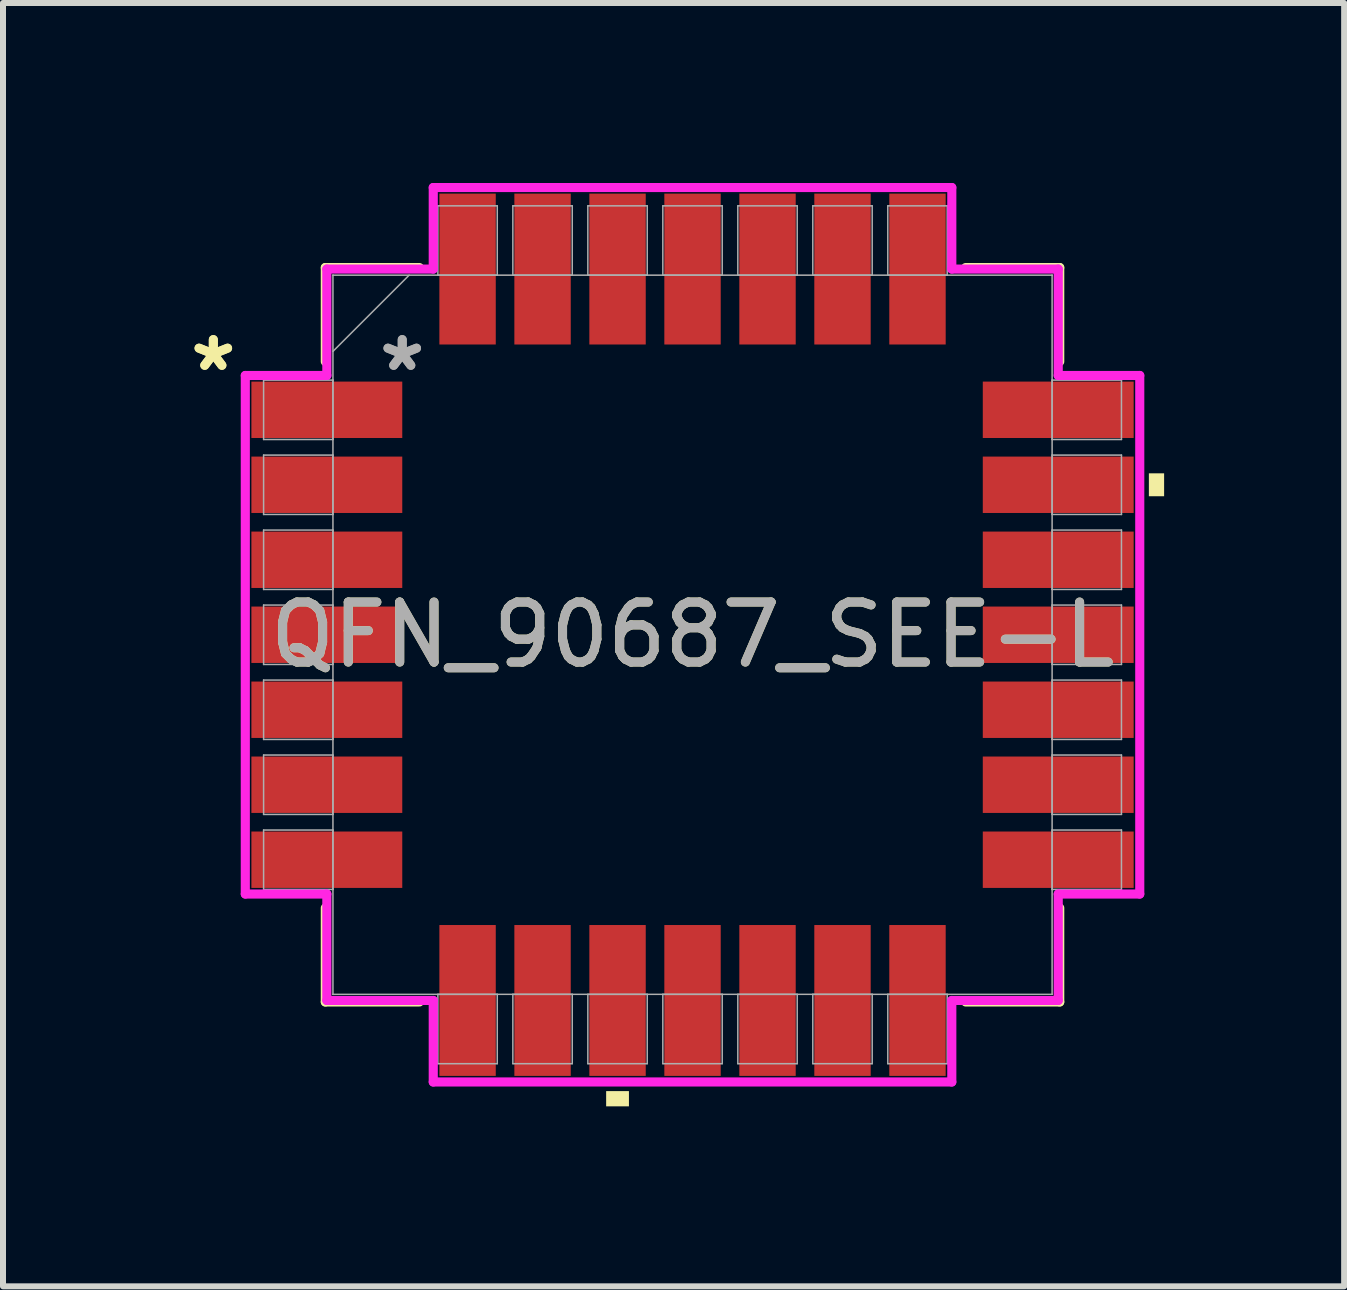
<source format=kicad_pcb>
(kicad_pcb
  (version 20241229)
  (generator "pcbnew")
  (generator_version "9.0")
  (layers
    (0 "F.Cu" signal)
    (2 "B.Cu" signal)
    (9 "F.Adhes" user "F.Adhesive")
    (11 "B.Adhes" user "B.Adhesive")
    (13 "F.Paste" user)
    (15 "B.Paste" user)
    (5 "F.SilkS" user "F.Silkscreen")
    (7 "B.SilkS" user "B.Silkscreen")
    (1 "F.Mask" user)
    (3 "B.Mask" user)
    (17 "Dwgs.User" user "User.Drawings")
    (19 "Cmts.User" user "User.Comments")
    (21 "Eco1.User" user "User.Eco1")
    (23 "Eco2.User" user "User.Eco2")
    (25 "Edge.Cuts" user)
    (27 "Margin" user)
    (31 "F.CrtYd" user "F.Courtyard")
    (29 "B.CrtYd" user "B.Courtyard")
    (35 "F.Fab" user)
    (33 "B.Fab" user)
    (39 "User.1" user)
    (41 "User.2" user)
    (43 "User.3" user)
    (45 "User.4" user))
  (footprint "QFN_90687_SEE-L"
    (layer "F.Cu")
    (at 8.494 7.531)
    (property "Reference" "QFN_90687_SEE-L" (at 0 0 0) (unlocked yes) (layer "F.SilkS") (effects (font (size 1 1) (thickness 0.15))))
    (attr smd)
    (fp_line (start -6.121 -6.121) (end -6.121 -4.553) (stroke (width 0.152) (type solid)) (layer "F.SilkS"))
    (fp_line (start -6.121 4.553) (end -6.121 6.121) (stroke (width 0.152) (type solid)) (layer "F.SilkS"))
    (fp_line (start -6.121 6.121) (end -4.553 6.121) (stroke (width 0.152) (type solid)) (layer "F.SilkS"))
    (fp_line (start -4.553 -6.121) (end -6.121 -6.121) (stroke (width 0.152) (type solid)) (layer "F.SilkS"))
    (fp_line (start 4.553 6.121) (end 6.121 6.121) (stroke (width 0.152) (type solid)) (layer "F.SilkS"))
    (fp_line (start 6.121 -6.121) (end 4.553 -6.121) (stroke (width 0.152) (type solid)) (layer "F.SilkS"))
    (fp_line (start 6.121 -4.553) (end 6.121 -6.121) (stroke (width 0.152) (type solid)) (layer "F.SilkS"))
    (fp_line (start 6.121 6.121) (end 6.121 4.553) (stroke (width 0.152) (type solid)) (layer "F.SilkS"))
    (fp_poly (pts (xy -1.44 7.607) (xy -1.44 7.861) (xy -1.06 7.861) (xy -1.06 7.607)) (stroke (width 0) (type solid)) (fill yes) (layer "F.SilkS"))
    (fp_poly (pts (xy 7.861 -2.691) (xy 7.861 -2.309) (xy 7.607 -2.309) (xy 7.607 -2.691)) (stroke (width 0) (type solid)) (fill yes) (layer "F.SilkS"))
    (fp_line (start -7.455 -4.322) (end -6.096 -4.322) (stroke (width 0.152) (type solid)) (layer "F.CrtYd"))
    (fp_line (start -7.455 4.322) (end -7.455 -4.322) (stroke (width 0.152) (type solid)) (layer "F.CrtYd"))
    (fp_line (start -6.096 -6.096) (end -4.322 -6.096) (stroke (width 0.152) (type solid)) (layer "F.CrtYd"))
    (fp_line (start -6.096 -4.322) (end -6.096 -6.096) (stroke (width 0.152) (type solid)) (layer "F.CrtYd"))
    (fp_line (start -6.096 4.322) (end -7.455 4.322) (stroke (width 0.152) (type solid)) (layer "F.CrtYd"))
    (fp_line (start -6.096 6.096) (end -6.096 4.322) (stroke (width 0.152) (type solid)) (layer "F.CrtYd"))
    (fp_line (start -4.322 -7.455) (end 4.322 -7.455) (stroke (width 0.152) (type solid)) (layer "F.CrtYd"))
    (fp_line (start -4.322 -6.096) (end -4.322 -7.455) (stroke (width 0.152) (type solid)) (layer "F.CrtYd"))
    (fp_line (start -4.322 6.096) (end -6.096 6.096) (stroke (width 0.152) (type solid)) (layer "F.CrtYd"))
    (fp_line (start -4.322 7.455) (end -4.322 6.096) (stroke (width 0.152) (type solid)) (layer "F.CrtYd"))
    (fp_line (start 4.322 -7.455) (end 4.322 -6.096) (stroke (width 0.152) (type solid)) (layer "F.CrtYd"))
    (fp_line (start 4.322 -6.096) (end 6.096 -6.096) (stroke (width 0.152) (type solid)) (layer "F.CrtYd"))
    (fp_line (start 4.322 6.096) (end 4.322 7.455) (stroke (width 0.152) (type solid)) (layer "F.CrtYd"))
    (fp_line (start 4.322 7.455) (end -4.322 7.455) (stroke (width 0.152) (type solid)) (layer "F.CrtYd"))
    (fp_line (start 6.096 -6.096) (end 6.096 -4.322) (stroke (width 0.152) (type solid)) (layer "F.CrtYd"))
    (fp_line (start 6.096 -4.322) (end 7.455 -4.322) (stroke (width 0.152) (type solid)) (layer "F.CrtYd"))
    (fp_line (start 6.096 4.322) (end 6.096 6.096) (stroke (width 0.152) (type solid)) (layer "F.CrtYd"))
    (fp_line (start 6.096 6.096) (end 4.322 6.096) (stroke (width 0.152) (type solid)) (layer "F.CrtYd"))
    (fp_line (start 7.455 -4.322) (end 7.455 4.322) (stroke (width 0.152) (type solid)) (layer "F.CrtYd"))
    (fp_line (start 7.455 4.322) (end 6.096 4.322) (stroke (width 0.152) (type solid)) (layer "F.CrtYd"))
    (fp_line (start -7.15 -4.245) (end -7.15 -3.255) (stroke (width 0.025) (type solid)) (layer "F.Fab"))
    (fp_line (start -7.15 -3.255) (end -5.994 -3.255) (stroke (width 0.025) (type solid)) (layer "F.Fab"))
    (fp_line (start -7.15 -2.995) (end -7.15 -2.005) (stroke (width 0.025) (type solid)) (layer "F.Fab"))
    (fp_line (start -7.15 -2.005) (end -5.994 -2.005) (stroke (width 0.025) (type solid)) (layer "F.Fab"))
    (fp_line (start -7.15 -1.745) (end -7.15 -0.755) (stroke (width 0.025) (type solid)) (layer "F.Fab"))
    (fp_line (start -7.15 -0.755) (end -5.994 -0.755) (stroke (width 0.025) (type solid)) (layer "F.Fab"))
    (fp_line (start -7.15 -0.495) (end -7.15 0.495) (stroke (width 0.025) (type solid)) (layer "F.Fab"))
    (fp_line (start -7.15 0.495) (end -5.994 0.495) (stroke (width 0.025) (type solid)) (layer "F.Fab"))
    (fp_line (start -7.15 0.755) (end -7.15 1.745) (stroke (width 0.025) (type solid)) (layer "F.Fab"))
    (fp_line (start -7.15 1.745) (end -5.994 1.745) (stroke (width 0.025) (type solid)) (layer "F.Fab"))
    (fp_line (start -7.15 2.005) (end -7.15 2.995) (stroke (width 0.025) (type solid)) (layer "F.Fab"))
    (fp_line (start -7.15 2.995) (end -5.994 2.995) (stroke (width 0.025) (type solid)) (layer "F.Fab"))
    (fp_line (start -7.15 3.255) (end -7.15 4.245) (stroke (width 0.025) (type solid)) (layer "F.Fab"))
    (fp_line (start -7.15 4.245) (end -5.994 4.245) (stroke (width 0.025) (type solid)) (layer "F.Fab"))
    (fp_line (start -5.994 -5.994) (end -5.994 -5.994) (stroke (width 0.025) (type solid)) (layer "F.Fab"))
    (fp_line (start -5.994 -5.994) (end -5.994 5.994) (stroke (width 0.025) (type solid)) (layer "F.Fab"))
    (fp_line (start -5.994 -4.724) (end -4.724 -5.994) (stroke (width 0.025) (type solid)) (layer "F.Fab"))
    (fp_line (start -5.994 -4.245) (end -7.15 -4.245) (stroke (width 0.025) (type solid)) (layer "F.Fab"))
    (fp_line (start -5.994 -3.255) (end -5.994 -4.245) (stroke (width 0.025) (type solid)) (layer "F.Fab"))
    (fp_line (start -5.994 -2.995) (end -7.15 -2.995) (stroke (width 0.025) (type solid)) (layer "F.Fab"))
    (fp_line (start -5.994 -2.005) (end -5.994 -2.995) (stroke (width 0.025) (type solid)) (layer "F.Fab"))
    (fp_line (start -5.994 -1.745) (end -7.15 -1.745) (stroke (width 0.025) (type solid)) (layer "F.Fab"))
    (fp_line (start -5.994 -0.755) (end -5.994 -1.745) (stroke (width 0.025) (type solid)) (layer "F.Fab"))
    (fp_line (start -5.994 -0.495) (end -7.15 -0.495) (stroke (width 0.025) (type solid)) (layer "F.Fab"))
    (fp_line (start -5.994 0.495) (end -5.994 -0.495) (stroke (width 0.025) (type solid)) (layer "F.Fab"))
    (fp_line (start -5.994 0.755) (end -7.15 0.755) (stroke (width 0.025) (type solid)) (layer "F.Fab"))
    (fp_line (start -5.994 1.745) (end -5.994 0.755) (stroke (width 0.025) (type solid)) (layer "F.Fab"))
    (fp_line (start -5.994 2.005) (end -7.15 2.005) (stroke (width 0.025) (type solid)) (layer "F.Fab"))
    (fp_line (start -5.994 2.995) (end -5.994 2.005) (stroke (width 0.025) (type solid)) (layer "F.Fab"))
    (fp_line (start -5.994 3.255) (end -7.15 3.255) (stroke (width 0.025) (type solid)) (layer "F.Fab"))
    (fp_line (start -5.994 4.245) (end -5.994 3.255) (stroke (width 0.025) (type solid)) (layer "F.Fab"))
    (fp_line (start -5.994 5.994) (end -5.994 5.994) (stroke (width 0.025) (type solid)) (layer "F.Fab"))
    (fp_line (start -5.994 5.994) (end 5.994 5.994) (stroke (width 0.025) (type solid)) (layer "F.Fab"))
    (fp_line (start -4.245 -7.15) (end -4.245 -5.994) (stroke (width 0.025) (type solid)) (layer "F.Fab"))
    (fp_line (start -4.245 -5.994) (end -3.255 -5.994) (stroke (width 0.025) (type solid)) (layer "F.Fab"))
    (fp_line (start -4.245 5.994) (end -4.245 7.15) (stroke (width 0.025) (type solid)) (layer "F.Fab"))
    (fp_line (start -4.245 7.15) (end -3.255 7.15) (stroke (width 0.025) (type solid)) (layer "F.Fab"))
    (fp_line (start -3.255 -7.15) (end -4.245 -7.15) (stroke (width 0.025) (type solid)) (layer "F.Fab"))
    (fp_line (start -3.255 -5.994) (end -3.255 -7.15) (stroke (width 0.025) (type solid)) (layer "F.Fab"))
    (fp_line (start -3.255 5.994) (end -4.245 5.994) (stroke (width 0.025) (type solid)) (layer "F.Fab"))
    (fp_line (start -3.255 7.15) (end -3.255 5.994) (stroke (width 0.025) (type solid)) (layer "F.Fab"))
    (fp_line (start -2.995 -7.15) (end -2.995 -5.994) (stroke (width 0.025) (type solid)) (layer "F.Fab"))
    (fp_line (start -2.995 -5.994) (end -2.005 -5.994) (stroke (width 0.025) (type solid)) (layer "F.Fab"))
    (fp_line (start -2.995 5.994) (end -2.995 7.15) (stroke (width 0.025) (type solid)) (layer "F.Fab"))
    (fp_line (start -2.995 7.15) (end -2.005 7.15) (stroke (width 0.025) (type solid)) (layer "F.Fab"))
    (fp_line (start -2.005 -7.15) (end -2.995 -7.15) (stroke (width 0.025) (type solid)) (layer "F.Fab"))
    (fp_line (start -2.005 -5.994) (end -2.005 -7.15) (stroke (width 0.025) (type solid)) (layer "F.Fab"))
    (fp_line (start -2.005 5.994) (end -2.995 5.994) (stroke (width 0.025) (type solid)) (layer "F.Fab"))
    (fp_line (start -2.005 7.15) (end -2.005 5.994) (stroke (width 0.025) (type solid)) (layer "F.Fab"))
    (fp_line (start -1.745 -7.15) (end -1.745 -5.994) (stroke (width 0.025) (type solid)) (layer "F.Fab"))
    (fp_line (start -1.745 -5.994) (end -0.755 -5.994) (stroke (width 0.025) (type solid)) (layer "F.Fab"))
    (fp_line (start -1.745 5.994) (end -1.745 7.15) (stroke (width 0.025) (type solid)) (layer "F.Fab"))
    (fp_line (start -1.745 7.15) (end -0.755 7.15) (stroke (width 0.025) (type solid)) (layer "F.Fab"))
    (fp_line (start -0.755 -7.15) (end -1.745 -7.15) (stroke (width 0.025) (type solid)) (layer "F.Fab"))
    (fp_line (start -0.755 -5.994) (end -0.755 -7.15) (stroke (width 0.025) (type solid)) (layer "F.Fab"))
    (fp_line (start -0.755 5.994) (end -1.745 5.994) (stroke (width 0.025) (type solid)) (layer "F.Fab"))
    (fp_line (start -0.755 7.15) (end -0.755 5.994) (stroke (width 0.025) (type solid)) (layer "F.Fab"))
    (fp_line (start -0.495 -7.15) (end -0.495 -5.994) (stroke (width 0.025) (type solid)) (layer "F.Fab"))
    (fp_line (start -0.495 -5.994) (end 0.495 -5.994) (stroke (width 0.025) (type solid)) (layer "F.Fab"))
    (fp_line (start -0.495 5.994) (end -0.495 7.15) (stroke (width 0.025) (type solid)) (layer "F.Fab"))
    (fp_line (start -0.495 7.15) (end 0.495 7.15) (stroke (width 0.025) (type solid)) (layer "F.Fab"))
    (fp_line (start 0.495 -7.15) (end -0.495 -7.15) (stroke (width 0.025) (type solid)) (layer "F.Fab"))
    (fp_line (start 0.495 -5.994) (end 0.495 -7.15) (stroke (width 0.025) (type solid)) (layer "F.Fab"))
    (fp_line (start 0.495 5.994) (end -0.495 5.994) (stroke (width 0.025) (type solid)) (layer "F.Fab"))
    (fp_line (start 0.495 7.15) (end 0.495 5.994) (stroke (width 0.025) (type solid)) (layer "F.Fab"))
    (fp_line (start 0.755 -7.15) (end 0.755 -5.994) (stroke (width 0.025) (type solid)) (layer "F.Fab"))
    (fp_line (start 0.755 -5.994) (end 1.745 -5.994) (stroke (width 0.025) (type solid)) (layer "F.Fab"))
    (fp_line (start 0.755 5.994) (end 0.755 7.15) (stroke (width 0.025) (type solid)) (layer "F.Fab"))
    (fp_line (start 0.755 7.15) (end 1.745 7.15) (stroke (width 0.025) (type solid)) (layer "F.Fab"))
    (fp_line (start 1.745 -7.15) (end 0.755 -7.15) (stroke (width 0.025) (type solid)) (layer "F.Fab"))
    (fp_line (start 1.745 -5.994) (end 1.745 -7.15) (stroke (width 0.025) (type solid)) (layer "F.Fab"))
    (fp_line (start 1.745 5.994) (end 0.755 5.994) (stroke (width 0.025) (type solid)) (layer "F.Fab"))
    (fp_line (start 1.745 7.15) (end 1.745 5.994) (stroke (width 0.025) (type solid)) (layer "F.Fab"))
    (fp_line (start 2.005 -7.15) (end 2.005 -5.994) (stroke (width 0.025) (type solid)) (layer "F.Fab"))
    (fp_line (start 2.005 -5.994) (end 2.995 -5.994) (stroke (width 0.025) (type solid)) (layer "F.Fab"))
    (fp_line (start 2.005 5.994) (end 2.005 7.15) (stroke (width 0.025) (type solid)) (layer "F.Fab"))
    (fp_line (start 2.005 7.15) (end 2.995 7.15) (stroke (width 0.025) (type solid)) (layer "F.Fab"))
    (fp_line (start 2.995 -7.15) (end 2.005 -7.15) (stroke (width 0.025) (type solid)) (layer "F.Fab"))
    (fp_line (start 2.995 -5.994) (end 2.995 -7.15) (stroke (width 0.025) (type solid)) (layer "F.Fab"))
    (fp_line (start 2.995 5.994) (end 2.005 5.994) (stroke (width 0.025) (type solid)) (layer "F.Fab"))
    (fp_line (start 2.995 7.15) (end 2.995 5.994) (stroke (width 0.025) (type solid)) (layer "F.Fab"))
    (fp_line (start 3.255 -7.15) (end 3.255 -5.994) (stroke (width 0.025) (type solid)) (layer "F.Fab"))
    (fp_line (start 3.255 -5.994) (end 4.245 -5.994) (stroke (width 0.025) (type solid)) (layer "F.Fab"))
    (fp_line (start 3.255 5.994) (end 3.255 7.15) (stroke (width 0.025) (type solid)) (layer "F.Fab"))
    (fp_line (start 3.255 7.15) (end 4.245 7.15) (stroke (width 0.025) (type solid)) (layer "F.Fab"))
    (fp_line (start 4.245 -7.15) (end 3.255 -7.15) (stroke (width 0.025) (type solid)) (layer "F.Fab"))
    (fp_line (start 4.245 -5.994) (end 4.245 -7.15) (stroke (width 0.025) (type solid)) (layer "F.Fab"))
    (fp_line (start 4.245 5.994) (end 3.255 5.994) (stroke (width 0.025) (type solid)) (layer "F.Fab"))
    (fp_line (start 4.245 7.15) (end 4.245 5.994) (stroke (width 0.025) (type solid)) (layer "F.Fab"))
    (fp_line (start 5.994 -5.994) (end -5.994 -5.994) (stroke (width 0.025) (type solid)) (layer "F.Fab"))
    (fp_line (start 5.994 -5.994) (end 5.994 -5.994) (stroke (width 0.025) (type solid)) (layer "F.Fab"))
    (fp_line (start 5.994 -4.245) (end 5.994 -3.255) (stroke (width 0.025) (type solid)) (layer "F.Fab"))
    (fp_line (start 5.994 -3.255) (end 7.15 -3.255) (stroke (width 0.025) (type solid)) (layer "F.Fab"))
    (fp_line (start 5.994 -2.995) (end 5.994 -2.005) (stroke (width 0.025) (type solid)) (layer "F.Fab"))
    (fp_line (start 5.994 -2.005) (end 7.15 -2.005) (stroke (width 0.025) (type solid)) (layer "F.Fab"))
    (fp_line (start 5.994 -1.745) (end 5.994 -0.755) (stroke (width 0.025) (type solid)) (layer "F.Fab"))
    (fp_line (start 5.994 -0.755) (end 7.15 -0.755) (stroke (width 0.025) (type solid)) (layer "F.Fab"))
    (fp_line (start 5.994 -0.495) (end 5.994 0.495) (stroke (width 0.025) (type solid)) (layer "F.Fab"))
    (fp_line (start 5.994 0.495) (end 7.15 0.495) (stroke (width 0.025) (type solid)) (layer "F.Fab"))
    (fp_line (start 5.994 0.755) (end 5.994 1.745) (stroke (width 0.025) (type solid)) (layer "F.Fab"))
    (fp_line (start 5.994 1.745) (end 7.15 1.745) (stroke (width 0.025) (type solid)) (layer "F.Fab"))
    (fp_line (start 5.994 2.005) (end 5.994 2.995) (stroke (width 0.025) (type solid)) (layer "F.Fab"))
    (fp_line (start 5.994 2.995) (end 7.15 2.995) (stroke (width 0.025) (type solid)) (layer "F.Fab"))
    (fp_line (start 5.994 3.255) (end 5.994 4.245) (stroke (width 0.025) (type solid)) (layer "F.Fab"))
    (fp_line (start 5.994 4.245) (end 7.15 4.245) (stroke (width 0.025) (type solid)) (layer "F.Fab"))
    (fp_line (start 5.994 5.994) (end 5.994 -5.994) (stroke (width 0.025) (type solid)) (layer "F.Fab"))
    (fp_line (start 5.994 5.994) (end 5.994 5.994) (stroke (width 0.025) (type solid)) (layer "F.Fab"))
    (fp_line (start 7.15 -4.245) (end 5.994 -4.245) (stroke (width 0.025) (type solid)) (layer "F.Fab"))
    (fp_line (start 7.15 -3.255) (end 7.15 -4.245) (stroke (width 0.025) (type solid)) (layer "F.Fab"))
    (fp_line (start 7.15 -2.995) (end 5.994 -2.995) (stroke (width 0.025) (type solid)) (layer "F.Fab"))
    (fp_line (start 7.15 -2.005) (end 7.15 -2.995) (stroke (width 0.025) (type solid)) (layer "F.Fab"))
    (fp_line (start 7.15 -1.745) (end 5.994 -1.745) (stroke (width 0.025) (type solid)) (layer "F.Fab"))
    (fp_line (start 7.15 -0.755) (end 7.15 -1.745) (stroke (width 0.025) (type solid)) (layer "F.Fab"))
    (fp_line (start 7.15 -0.495) (end 5.994 -0.495) (stroke (width 0.025) (type solid)) (layer "F.Fab"))
    (fp_line (start 7.15 0.495) (end 7.15 -0.495) (stroke (width 0.025) (type solid)) (layer "F.Fab"))
    (fp_line (start 7.15 0.755) (end 5.994 0.755) (stroke (width 0.025) (type solid)) (layer "F.Fab"))
    (fp_line (start 7.15 1.745) (end 7.15 0.755) (stroke (width 0.025) (type solid)) (layer "F.Fab"))
    (fp_line (start 7.15 2.005) (end 5.994 2.005) (stroke (width 0.025) (type solid)) (layer "F.Fab"))
    (fp_line (start 7.15 2.995) (end 7.15 2.005) (stroke (width 0.025) (type solid)) (layer "F.Fab"))
    (fp_line (start 7.15 3.255) (end 5.994 3.255) (stroke (width 0.025) (type solid)) (layer "F.Fab"))
    (fp_line (start 7.15 4.245) (end 7.15 3.255) (stroke (width 0.025) (type solid)) (layer "F.Fab"))
    (fp_text user "*" (at -7.988 -4.375 0) (layer "F.SilkS") (effects (font (size 1 1) (thickness 0.15))))
    (fp_text user "*" (at -7.988 -4.375 0) (unlocked yes) (layer "F.SilkS") (effects (font (size 1 1) (thickness 0.15))))
    (fp_text user "${REFERENCE}" (at 0 0 0) (unlocked yes) (layer "F.Fab") (effects (font (size 1 1) (thickness 0.15))))
    (fp_text user "*" (at -4.839 -4.375 0) (layer "F.Fab") (effects (font (size 1 1) (thickness 0.15))))
    (fp_text user "*" (at -4.839 -4.375 0) (unlocked yes) (layer "F.Fab") (effects (font (size 1 1) (thickness 0.15))))
    (pad "1" smd rect (at -6.096 -3.75 90) (size 0.94 2.515) (layers "F.Cu" "F.Mask" "F.Paste"))
    (pad "2" smd rect (at -6.096 -2.5 90) (size 0.94 2.515) (layers "F.Cu" "F.Mask" "F.Paste"))
    (pad "3" smd rect (at -6.096 -1.25 90) (size 0.94 2.515) (layers "F.Cu" "F.Mask" "F.Paste"))
    (pad "4" smd rect (at -6.096 0 90) (size 0.94 2.515) (layers "F.Cu" "F.Mask" "F.Paste"))
    (pad "5" smd rect (at -6.096 1.25 90) (size 0.94 2.515) (layers "F.Cu" "F.Mask" "F.Paste"))
    (pad "6" smd rect (at -6.096 2.5 90) (size 0.94 2.515) (layers "F.Cu" "F.Mask" "F.Paste"))
    (pad "7" smd rect (at -6.096 3.75 90) (size 0.94 2.515) (layers "F.Cu" "F.Mask" "F.Paste"))
    (pad "8" smd rect (at -3.75 6.096) (size 0.94 2.515) (layers "F.Cu" "F.Mask" "F.Paste"))
    (pad "9" smd rect (at -2.5 6.096) (size 0.94 2.515) (layers "F.Cu" "F.Mask" "F.Paste"))
    (pad "10" smd rect (at -1.25 6.096) (size 0.94 2.515) (layers "F.Cu" "F.Mask" "F.Paste"))
    (pad "11" smd rect (at 0 6.096) (size 0.94 2.515) (layers "F.Cu" "F.Mask" "F.Paste"))
    (pad "12" smd rect (at 1.25 6.096) (size 0.94 2.515) (layers "F.Cu" "F.Mask" "F.Paste"))
    (pad "13" smd rect (at 2.5 6.096) (size 0.94 2.515) (layers "F.Cu" "F.Mask" "F.Paste"))
    (pad "14" smd rect (at 3.75 6.096) (size 0.94 2.515) (layers "F.Cu" "F.Mask" "F.Paste"))
    (pad "15" smd rect (at 6.096 3.75 90) (size 0.94 2.515) (layers "F.Cu" "F.Mask" "F.Paste"))
    (pad "16" smd rect (at 6.096 2.5 90) (size 0.94 2.515) (layers "F.Cu" "F.Mask" "F.Paste"))
    (pad "17" smd rect (at 6.096 1.25 90) (size 0.94 2.515) (layers "F.Cu" "F.Mask" "F.Paste"))
    (pad "18" smd rect (at 6.096 0 90) (size 0.94 2.515) (layers "F.Cu" "F.Mask" "F.Paste"))
    (pad "19" smd rect (at 6.096 -1.25 90) (size 0.94 2.515) (layers "F.Cu" "F.Mask" "F.Paste"))
    (pad "20" smd rect (at 6.096 -2.5 90) (size 0.94 2.515) (layers "F.Cu" "F.Mask" "F.Paste"))
    (pad "21" smd rect (at 6.096 -3.75 90) (size 0.94 2.515) (layers "F.Cu" "F.Mask" "F.Paste"))
    (pad "22" smd rect (at 3.75 -6.096) (size 0.94 2.515) (layers "F.Cu" "F.Mask" "F.Paste"))
    (pad "23" smd rect (at 2.5 -6.096) (size 0.94 2.515) (layers "F.Cu" "F.Mask" "F.Paste"))
    (pad "24" smd rect (at 1.25 -6.096) (size 0.94 2.515) (layers "F.Cu" "F.Mask" "F.Paste"))
    (pad "25" smd rect (at 0 -6.096) (size 0.94 2.515) (layers "F.Cu" "F.Mask" "F.Paste"))
    (pad "26" smd rect (at -1.25 -6.096) (size 0.94 2.515) (layers "F.Cu" "F.Mask" "F.Paste"))
    (pad "27" smd rect (at -2.5 -6.096) (size 0.94 2.515) (layers "F.Cu" "F.Mask" "F.Paste"))
    (pad "28" smd rect (at -3.75 -6.096) (size 0.94 2.515) (layers "F.Cu" "F.Mask" "F.Paste")))
  (gr_rect
    (start -3 -3)
    (end 19.356 18.392)
    (stroke (width 0.1) (type default))
    (fill no)
    (layer "Edge.Cuts")))
</source>
